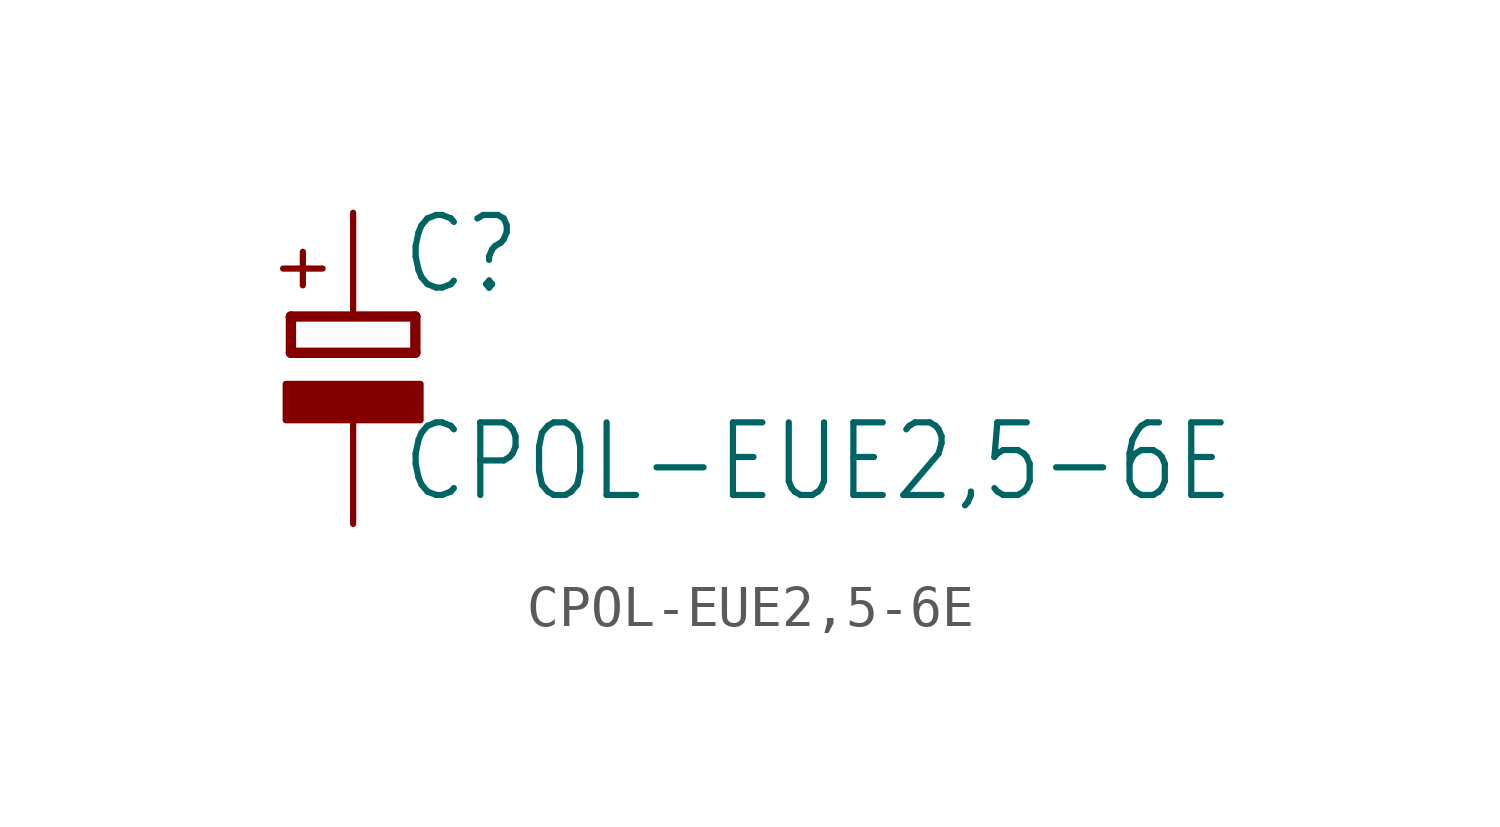
<source format=kicad_sym>
(kicad_symbol_lib
  (version 20210619)
  (generator kicad_symbol_editor)
  (symbol "CPOL-EUE2,5-6E"
    (property "Reference" "C"
      (at 1.143 0.483 0)
      (effects (font (size 1.778 1.511)) (justify left bottom)))
    (property "Value" "CPOL-EUE2,5-6E"
      (at 1.143 -4.597 0)
      (effects (font (size 1.778 1.511)) (justify left bottom)))
    (property "ki_locked" ""
      (at 0 0 0)
      (effects (font (size 1.27 1.27))))
    (symbol "CPOL-EUE2,5-6E_1_0"
      (text "+" (at -0.584 0.406 900) (effects (font (size 1.27 1.079)) (justify left bottom)))
      (rectangle (start -1.651 -2.54) (end 1.651 -1.651) (stroke (width 0)) (fill (type outline)))
      (polyline (pts (xy -1.524 -0.889) (xy 1.524 -0.889)) (stroke (width 0.254)) (fill (type none)))
      (polyline (pts (xy -1.524 0) (xy -1.524 -0.889)) (stroke (width 0.254)) (fill (type none)))
      (polyline (pts (xy -1.524 0) (xy 1.524 0)) (stroke (width 0.254)) (fill (type none)))
      (polyline (pts (xy 1.524 -0.889) (xy 1.524 0)) (stroke (width 0.254)) (fill (type none)))
      (pin passive line (at 0 2.54 270) (length 2.54) (name "+" (effects (font (size 0 0)))) (number "+" (effects (font (size 0 0)))))
      (pin passive line (at 0 -5.08 90) (length 2.54) (name "-" (effects (font (size 0 0)))) (number "-" (effects (font (size 0 0))))))))
</source>
